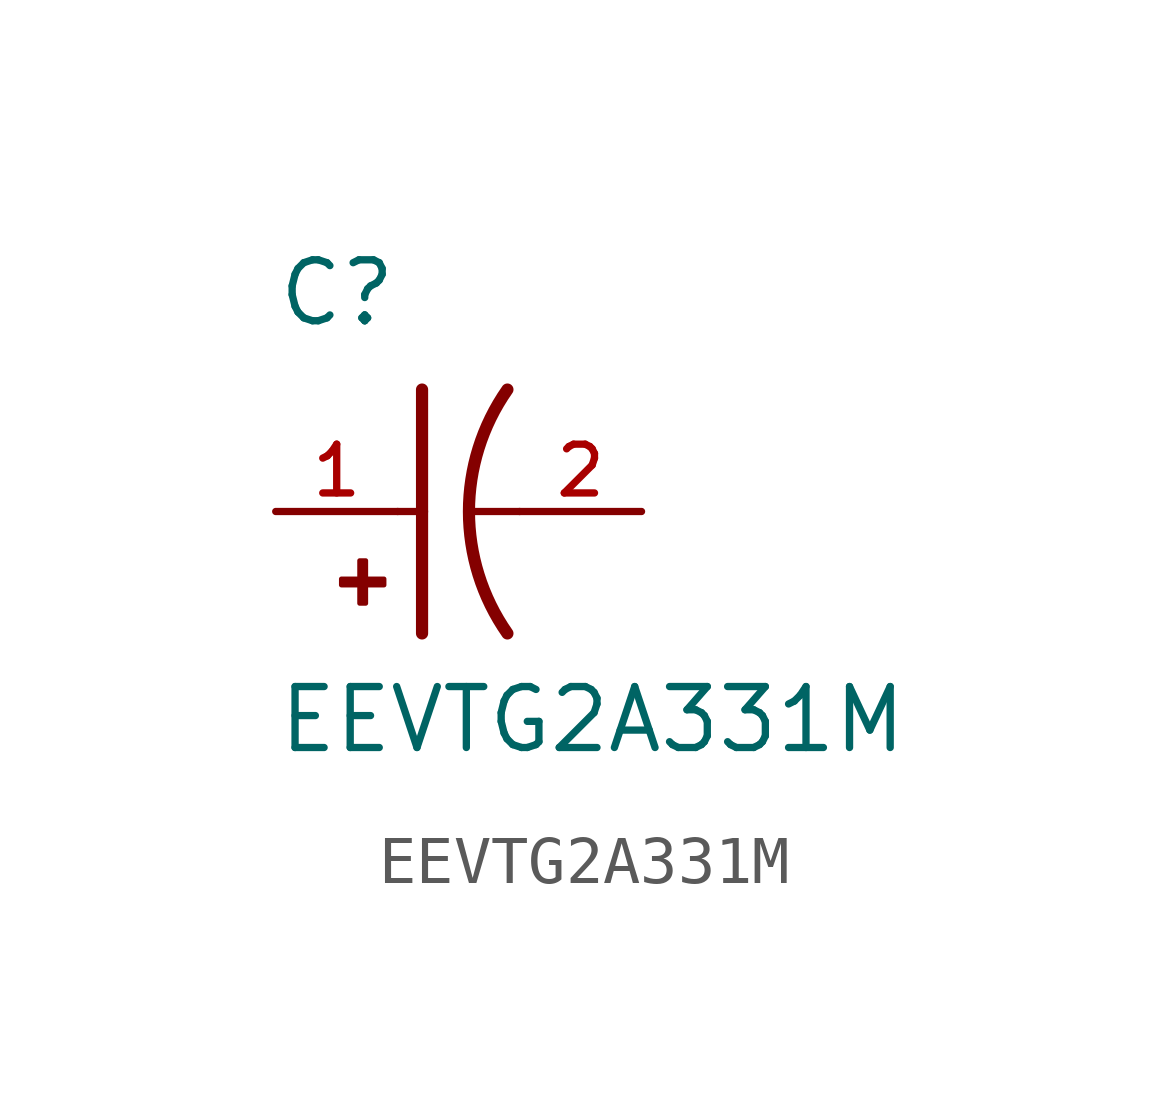
<source format=kicad_sym>
(kicad_symbol_lib
  (version 20211014)
  (generator kicad_symbol_editor)
  (symbol "EEVTG2A331M"
    (pin_names
      (offset 1.016))
    (property "Reference" "C"
      (at -2.54 3.81 0)
      (effects (font (size 1.27 1.27)) (justify bottom left)))
    (property "Value" "EEVTG2A331M"
      (at -2.54 -5.08 0)
      (effects (font (size 1.27 1.27)) (justify bottom left)))
    (symbol "EEVTG2A331M_0_0"
      (arc (start 2.286 -2.54) (mid 1.4851 -0.0) (end 2.286 2.54) (stroke (width 0.254) (type default) (color 0 0 0 0)) (fill (type none)))
      (polyline (pts (xy 0.508 2.54) (xy 0.508 0.0)) (stroke (width 0.254)))
      (rectangle (start -1.173 -1.532) (end -0.284 -1.405) (stroke (width 0.1)) (fill (type outline)))
      (rectangle (start -0.792 -1.913) (end -0.665 -1.024) (stroke (width 0.1)) (fill (type outline)))
      (polyline (pts (xy 0.508 0.0) (xy 0.508 -2.54)) (stroke (width 0.254)))
      (polyline (pts (xy 0.0 0.0) (xy 0.508 0.0)) (stroke (width 0.152)))
      (polyline (pts (xy 2.54 0.0) (xy 1.524 0.0)) (stroke (width 0.152)))
      (pin passive line (at -2.54 0.0 0) (length 2.54) (name "~" (effects (font (size 1.016 1.016)))) (number "1" (effects (font (size 1.016 1.016)))))
      (pin passive line (at 5.08 0.0 180.0) (length 2.54) (name "~" (effects (font (size 1.016 1.016)))) (number "2" (effects (font (size 1.016 1.016))))))))
</source>
